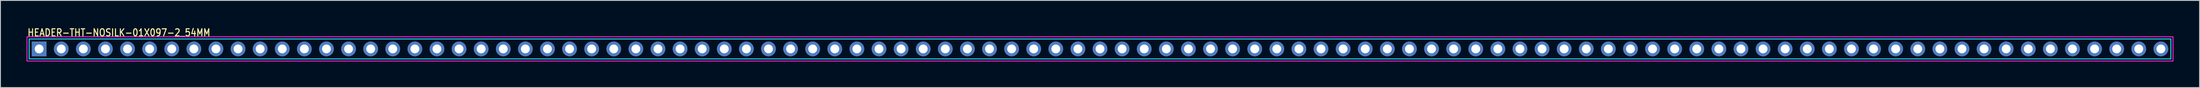
<source format=kicad_pcb>
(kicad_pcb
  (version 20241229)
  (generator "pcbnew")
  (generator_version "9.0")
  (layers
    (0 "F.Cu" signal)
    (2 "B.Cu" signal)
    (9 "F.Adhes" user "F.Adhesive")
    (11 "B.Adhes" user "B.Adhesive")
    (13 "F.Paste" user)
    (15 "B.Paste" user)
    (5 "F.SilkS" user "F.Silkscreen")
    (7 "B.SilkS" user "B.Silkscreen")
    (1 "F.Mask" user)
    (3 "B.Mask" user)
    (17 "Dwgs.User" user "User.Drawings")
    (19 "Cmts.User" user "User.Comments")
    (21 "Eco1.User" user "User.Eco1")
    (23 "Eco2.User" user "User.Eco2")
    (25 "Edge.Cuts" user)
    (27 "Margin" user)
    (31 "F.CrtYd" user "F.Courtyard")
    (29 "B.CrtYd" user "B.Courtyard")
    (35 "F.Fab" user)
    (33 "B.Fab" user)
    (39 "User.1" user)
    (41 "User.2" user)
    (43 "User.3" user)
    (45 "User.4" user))
  (footprint "HEADER-THT-NOSILK-01X097-2_54MM"
    (layer "F.Cu")
    (at 1.447 2.579)
    (property "Reference" "HEADER-THT-NOSILK-01X097-2_54MM" (at -1.4 -1.4 0) (unlocked yes) (layer "F.SilkS") (effects (font (size 0.813 0.695) (thickness 0.122)) (justify left bottom)))
    (fp_poly (pts (xy -1.143 -1.143) (xy 244.983 -1.143) (xy 244.983 1.143) (xy -1.143 1.143)) (stroke (width 0.1) (type solid)) (fill no) (layer "B.CrtYd"))
    (fp_poly (pts (xy -1.397 -1.397) (xy 245.237 -1.397) (xy 245.237 1.397) (xy -1.397 1.397)) (stroke (width 0.1) (type solid)) (fill no) (layer "F.CrtYd"))
    (pad "P$1" thru_hole rect (at 0 0) (size 1.693 1.693) (drill 1.016) (layers "*.Cu" "*.Mask"))
    (pad "P$2" thru_hole oval (at 2.54 0) (size 1.693 1.693) (drill 1.016) (layers "*.Cu" "*.Mask"))
    (pad "P$3" thru_hole oval (at 5.08 0) (size 1.693 1.693) (drill 1.016) (layers "*.Cu" "*.Mask"))
    (pad "P$4" thru_hole oval (at 7.62 0) (size 1.693 1.693) (drill 1.016) (layers "*.Cu" "*.Mask"))
    (pad "P$5" thru_hole oval (at 10.16 0) (size 1.693 1.693) (drill 1.016) (layers "*.Cu" "*.Mask"))
    (pad "P$6" thru_hole oval (at 12.7 0) (size 1.693 1.693) (drill 1.016) (layers "*.Cu" "*.Mask"))
    (pad "P$7" thru_hole oval (at 15.24 0) (size 1.693 1.693) (drill 1.016) (layers "*.Cu" "*.Mask"))
    (pad "P$8" thru_hole oval (at 17.78 0) (size 1.693 1.693) (drill 1.016) (layers "*.Cu" "*.Mask"))
    (pad "P$9" thru_hole oval (at 20.32 0) (size 1.693 1.693) (drill 1.016) (layers "*.Cu" "*.Mask"))
    (pad "P$10" thru_hole oval (at 22.86 0) (size 1.693 1.693) (drill 1.016) (layers "*.Cu" "*.Mask"))
    (pad "P$11" thru_hole oval (at 25.4 0) (size 1.693 1.693) (drill 1.016) (layers "*.Cu" "*.Mask"))
    (pad "P$12" thru_hole oval (at 27.94 0) (size 1.693 1.693) (drill 1.016) (layers "*.Cu" "*.Mask"))
    (pad "P$13" thru_hole oval (at 30.48 0) (size 1.693 1.693) (drill 1.016) (layers "*.Cu" "*.Mask"))
    (pad "P$14" thru_hole oval (at 33.02 0) (size 1.693 1.693) (drill 1.016) (layers "*.Cu" "*.Mask"))
    (pad "P$15" thru_hole oval (at 35.56 0) (size 1.693 1.693) (drill 1.016) (layers "*.Cu" "*.Mask"))
    (pad "P$16" thru_hole oval (at 38.1 0) (size 1.693 1.693) (drill 1.016) (layers "*.Cu" "*.Mask"))
    (pad "P$17" thru_hole oval (at 40.64 0) (size 1.693 1.693) (drill 1.016) (layers "*.Cu" "*.Mask"))
    (pad "P$18" thru_hole oval (at 43.18 0) (size 1.693 1.693) (drill 1.016) (layers "*.Cu" "*.Mask"))
    (pad "P$19" thru_hole oval (at 45.72 0) (size 1.693 1.693) (drill 1.016) (layers "*.Cu" "*.Mask"))
    (pad "P$20" thru_hole oval (at 48.26 0) (size 1.693 1.693) (drill 1.016) (layers "*.Cu" "*.Mask"))
    (pad "P$21" thru_hole oval (at 50.8 0) (size 1.693 1.693) (drill 1.016) (layers "*.Cu" "*.Mask"))
    (pad "P$22" thru_hole oval (at 53.34 0) (size 1.693 1.693) (drill 1.016) (layers "*.Cu" "*.Mask"))
    (pad "P$23" thru_hole oval (at 55.88 0) (size 1.693 1.693) (drill 1.016) (layers "*.Cu" "*.Mask"))
    (pad "P$24" thru_hole oval (at 58.42 0) (size 1.693 1.693) (drill 1.016) (layers "*.Cu" "*.Mask"))
    (pad "P$25" thru_hole oval (at 60.96 0) (size 1.693 1.693) (drill 1.016) (layers "*.Cu" "*.Mask"))
    (pad "P$26" thru_hole oval (at 63.5 0) (size 1.693 1.693) (drill 1.016) (layers "*.Cu" "*.Mask"))
    (pad "P$27" thru_hole oval (at 66.04 0) (size 1.693 1.693) (drill 1.016) (layers "*.Cu" "*.Mask"))
    (pad "P$28" thru_hole oval (at 68.58 0) (size 1.693 1.693) (drill 1.016) (layers "*.Cu" "*.Mask"))
    (pad "P$29" thru_hole oval (at 71.12 0) (size 1.693 1.693) (drill 1.016) (layers "*.Cu" "*.Mask"))
    (pad "P$30" thru_hole oval (at 73.66 0) (size 1.693 1.693) (drill 1.016) (layers "*.Cu" "*.Mask"))
    (pad "P$31" thru_hole oval (at 76.2 0) (size 1.693 1.693) (drill 1.016) (layers "*.Cu" "*.Mask"))
    (pad "P$32" thru_hole oval (at 78.74 0) (size 1.693 1.693) (drill 1.016) (layers "*.Cu" "*.Mask"))
    (pad "P$33" thru_hole oval (at 81.28 0) (size 1.693 1.693) (drill 1.016) (layers "*.Cu" "*.Mask"))
    (pad "P$34" thru_hole oval (at 83.82 0) (size 1.693 1.693) (drill 1.016) (layers "*.Cu" "*.Mask"))
    (pad "P$35" thru_hole oval (at 86.36 0) (size 1.693 1.693) (drill 1.016) (layers "*.Cu" "*.Mask"))
    (pad "P$36" thru_hole oval (at 88.9 0) (size 1.693 1.693) (drill 1.016) (layers "*.Cu" "*.Mask"))
    (pad "P$37" thru_hole oval (at 91.44 0) (size 1.693 1.693) (drill 1.016) (layers "*.Cu" "*.Mask"))
    (pad "P$38" thru_hole oval (at 93.98 0) (size 1.693 1.693) (drill 1.016) (layers "*.Cu" "*.Mask"))
    (pad "P$39" thru_hole oval (at 96.52 0) (size 1.693 1.693) (drill 1.016) (layers "*.Cu" "*.Mask"))
    (pad "P$40" thru_hole oval (at 99.06 0) (size 1.693 1.693) (drill 1.016) (layers "*.Cu" "*.Mask"))
    (pad "P$41" thru_hole oval (at 101.6 0) (size 1.693 1.693) (drill 1.016) (layers "*.Cu" "*.Mask"))
    (pad "P$42" thru_hole oval (at 104.14 0) (size 1.693 1.693) (drill 1.016) (layers "*.Cu" "*.Mask"))
    (pad "P$43" thru_hole oval (at 106.68 0) (size 1.693 1.693) (drill 1.016) (layers "*.Cu" "*.Mask"))
    (pad "P$44" thru_hole oval (at 109.22 0) (size 1.693 1.693) (drill 1.016) (layers "*.Cu" "*.Mask"))
    (pad "P$45" thru_hole oval (at 111.76 0) (size 1.693 1.693) (drill 1.016) (layers "*.Cu" "*.Mask"))
    (pad "P$46" thru_hole oval (at 114.3 0) (size 1.693 1.693) (drill 1.016) (layers "*.Cu" "*.Mask"))
    (pad "P$47" thru_hole oval (at 116.84 0) (size 1.693 1.693) (drill 1.016) (layers "*.Cu" "*.Mask"))
    (pad "P$48" thru_hole oval (at 119.38 0) (size 1.693 1.693) (drill 1.016) (layers "*.Cu" "*.Mask"))
    (pad "P$49" thru_hole oval (at 121.92 0) (size 1.693 1.693) (drill 1.016) (layers "*.Cu" "*.Mask"))
    (pad "P$50" thru_hole oval (at 124.46 0) (size 1.693 1.693) (drill 1.016) (layers "*.Cu" "*.Mask"))
    (pad "P$51" thru_hole oval (at 127 0) (size 1.693 1.693) (drill 1.016) (layers "*.Cu" "*.Mask"))
    (pad "P$52" thru_hole oval (at 129.54 0) (size 1.693 1.693) (drill 1.016) (layers "*.Cu" "*.Mask"))
    (pad "P$53" thru_hole oval (at 132.08 0) (size 1.693 1.693) (drill 1.016) (layers "*.Cu" "*.Mask"))
    (pad "P$54" thru_hole oval (at 134.62 0) (size 1.693 1.693) (drill 1.016) (layers "*.Cu" "*.Mask"))
    (pad "P$55" thru_hole oval (at 137.16 0) (size 1.693 1.693) (drill 1.016) (layers "*.Cu" "*.Mask"))
    (pad "P$56" thru_hole oval (at 139.7 0) (size 1.693 1.693) (drill 1.016) (layers "*.Cu" "*.Mask"))
    (pad "P$57" thru_hole oval (at 142.24 0) (size 1.693 1.693) (drill 1.016) (layers "*.Cu" "*.Mask"))
    (pad "P$58" thru_hole oval (at 144.78 0) (size 1.693 1.693) (drill 1.016) (layers "*.Cu" "*.Mask"))
    (pad "P$59" thru_hole oval (at 147.32 0) (size 1.693 1.693) (drill 1.016) (layers "*.Cu" "*.Mask"))
    (pad "P$60" thru_hole oval (at 149.86 0) (size 1.693 1.693) (drill 1.016) (layers "*.Cu" "*.Mask"))
    (pad "P$61" thru_hole oval (at 152.4 0) (size 1.693 1.693) (drill 1.016) (layers "*.Cu" "*.Mask"))
    (pad "P$62" thru_hole oval (at 154.94 0) (size 1.693 1.693) (drill 1.016) (layers "*.Cu" "*.Mask"))
    (pad "P$63" thru_hole oval (at 157.48 0) (size 1.693 1.693) (drill 1.016) (layers "*.Cu" "*.Mask"))
    (pad "P$64" thru_hole oval (at 160.02 0) (size 1.693 1.693) (drill 1.016) (layers "*.Cu" "*.Mask"))
    (pad "P$65" thru_hole oval (at 162.56 0) (size 1.693 1.693) (drill 1.016) (layers "*.Cu" "*.Mask"))
    (pad "P$66" thru_hole oval (at 165.1 0) (size 1.693 1.693) (drill 1.016) (layers "*.Cu" "*.Mask"))
    (pad "P$67" thru_hole oval (at 167.64 0) (size 1.693 1.693) (drill 1.016) (layers "*.Cu" "*.Mask"))
    (pad "P$68" thru_hole oval (at 170.18 0) (size 1.693 1.693) (drill 1.016) (layers "*.Cu" "*.Mask"))
    (pad "P$69" thru_hole oval (at 172.72 0) (size 1.693 1.693) (drill 1.016) (layers "*.Cu" "*.Mask"))
    (pad "P$70" thru_hole oval (at 175.26 0) (size 1.693 1.693) (drill 1.016) (layers "*.Cu" "*.Mask"))
    (pad "P$71" thru_hole oval (at 177.8 0) (size 1.693 1.693) (drill 1.016) (layers "*.Cu" "*.Mask"))
    (pad "P$72" thru_hole oval (at 180.34 0) (size 1.693 1.693) (drill 1.016) (layers "*.Cu" "*.Mask"))
    (pad "P$73" thru_hole oval (at 182.88 0) (size 1.693 1.693) (drill 1.016) (layers "*.Cu" "*.Mask"))
    (pad "P$74" thru_hole oval (at 185.42 0) (size 1.693 1.693) (drill 1.016) (layers "*.Cu" "*.Mask"))
    (pad "P$75" thru_hole oval (at 187.96 0) (size 1.693 1.693) (drill 1.016) (layers "*.Cu" "*.Mask"))
    (pad "P$76" thru_hole oval (at 190.5 0) (size 1.693 1.693) (drill 1.016) (layers "*.Cu" "*.Mask"))
    (pad "P$77" thru_hole oval (at 193.04 0) (size 1.693 1.693) (drill 1.016) (layers "*.Cu" "*.Mask"))
    (pad "P$78" thru_hole oval (at 195.58 0) (size 1.693 1.693) (drill 1.016) (layers "*.Cu" "*.Mask"))
    (pad "P$79" thru_hole oval (at 198.12 0) (size 1.693 1.693) (drill 1.016) (layers "*.Cu" "*.Mask"))
    (pad "P$80" thru_hole oval (at 200.66 0) (size 1.693 1.693) (drill 1.016) (layers "*.Cu" "*.Mask"))
    (pad "P$81" thru_hole oval (at 203.2 0) (size 1.693 1.693) (drill 1.016) (layers "*.Cu" "*.Mask"))
    (pad "P$82" thru_hole oval (at 205.74 0) (size 1.693 1.693) (drill 1.016) (layers "*.Cu" "*.Mask"))
    (pad "P$83" thru_hole oval (at 208.28 0) (size 1.693 1.693) (drill 1.016) (layers "*.Cu" "*.Mask"))
    (pad "P$84" thru_hole oval (at 210.82 0) (size 1.693 1.693) (drill 1.016) (layers "*.Cu" "*.Mask"))
    (pad "P$85" thru_hole oval (at 213.36 0) (size 1.693 1.693) (drill 1.016) (layers "*.Cu" "*.Mask"))
    (pad "P$86" thru_hole oval (at 215.9 0) (size 1.693 1.693) (drill 1.016) (layers "*.Cu" "*.Mask"))
    (pad "P$87" thru_hole oval (at 218.44 0) (size 1.693 1.693) (drill 1.016) (layers "*.Cu" "*.Mask"))
    (pad "P$88" thru_hole oval (at 220.98 0) (size 1.693 1.693) (drill 1.016) (layers "*.Cu" "*.Mask"))
    (pad "P$89" thru_hole oval (at 223.52 0) (size 1.693 1.693) (drill 1.016) (layers "*.Cu" "*.Mask"))
    (pad "P$90" thru_hole oval (at 226.06 0) (size 1.693 1.693) (drill 1.016) (layers "*.Cu" "*.Mask"))
    (pad "P$91" thru_hole oval (at 228.6 0) (size 1.693 1.693) (drill 1.016) (layers "*.Cu" "*.Mask"))
    (pad "P$92" thru_hole oval (at 231.14 0) (size 1.693 1.693) (drill 1.016) (layers "*.Cu" "*.Mask"))
    (pad "P$93" thru_hole oval (at 233.68 0) (size 1.693 1.693) (drill 1.016) (layers "*.Cu" "*.Mask"))
    (pad "P$94" thru_hole oval (at 236.22 0) (size 1.693 1.693) (drill 1.016) (layers "*.Cu" "*.Mask"))
    (pad "P$95" thru_hole oval (at 238.76 0) (size 1.693 1.693) (drill 1.016) (layers "*.Cu" "*.Mask"))
    (pad "P$96" thru_hole oval (at 241.3 0) (size 1.693 1.693) (drill 1.016) (layers "*.Cu" "*.Mask"))
    (pad "P$97" thru_hole oval (at 243.84 0) (size 1.693 1.693) (drill 1.016) (layers "*.Cu" "*.Mask")))
  (gr_rect
    (start -3 -3)
    (end 249.734 7.026)
    (stroke (width 0.1) (type default))
    (fill no)
    (layer "Edge.Cuts")))
</source>
